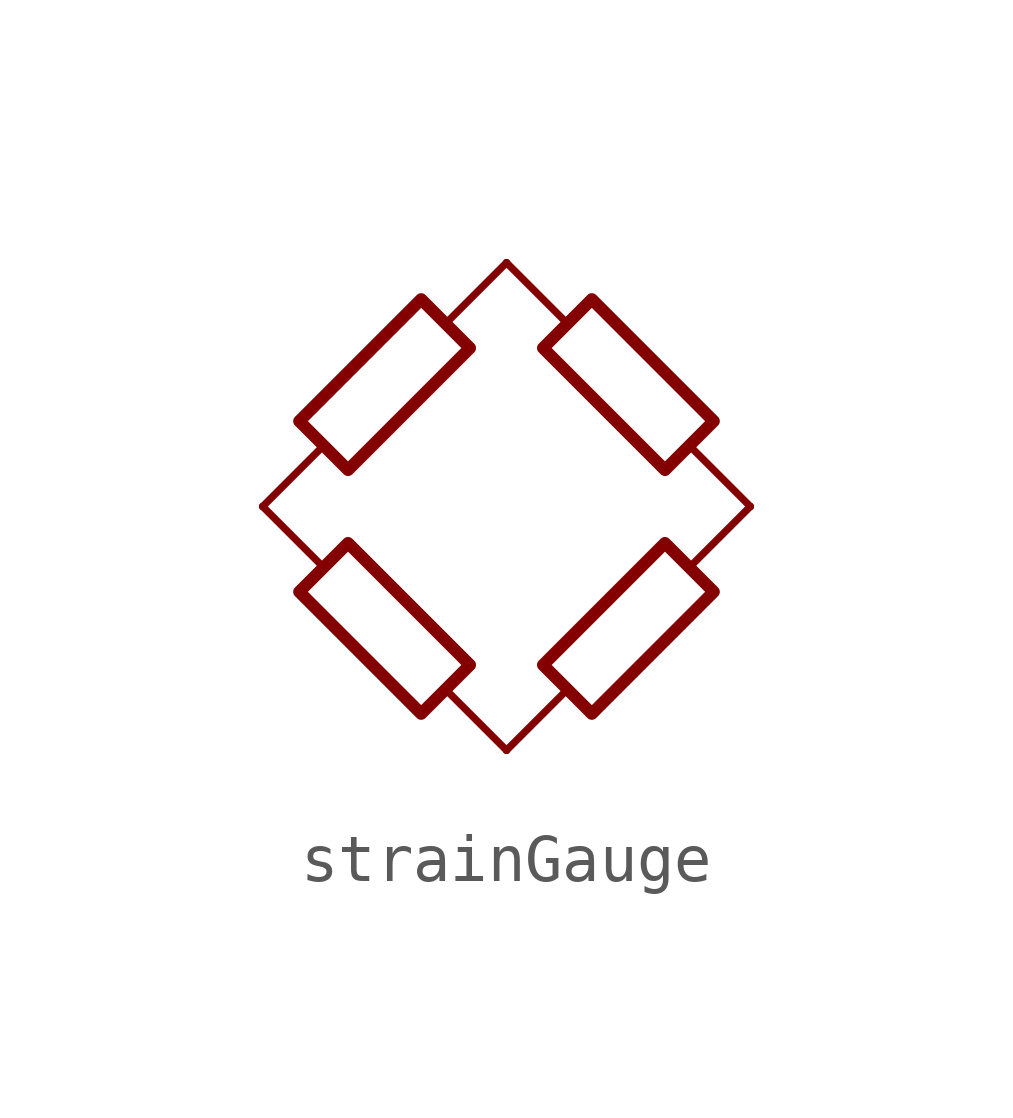
<source format=kicad_sym>
(kicad_symbol_lib
  (version 20241209)
  (generator "kicad_symbol_editor")
  (generator_version "9.0")
  (symbol "strainGauge"
    (pin_numbers
      (hide yes))
    (pin_names
      (offset 0))
    (property "Reference" "R"
      (at 4.572 6.604 0)
      (effects (font (size 1.27 1.27)) (hide yes)))
    (symbol "strainGauge_0_1"
      (polyline (pts (xy -5.08 0) (xy -3.81 1.27)) (stroke (width 0) (type default)) (fill (type none)))
      (polyline (pts (xy -5.08 0) (xy -3.81 -1.27)) (stroke (width 0) (type default)) (fill (type none)))
      (polyline (pts (xy -1.27 3.81) (xy 0 5.08)) (stroke (width 0) (type default)) (fill (type none)))
      (polyline (pts (xy -1.27 -3.81) (xy 0 -5.08)) (stroke (width 0) (type default)) (fill (type none)))
      (polyline (pts (xy 0 5.08) (xy 1.27 3.81)) (stroke (width 0) (type default)) (fill (type none)))
      (polyline (pts (xy 0 -5.08) (xy 1.27 -3.81)) (stroke (width 0) (type default)) (fill (type none)))
      (polyline (pts (xy 3.81 1.27) (xy 5.08 0)) (stroke (width 0) (type default)) (fill (type none)))
      (polyline (pts (xy 3.81 -1.27) (xy 5.08 0)) (stroke (width 0) (type default)) (fill (type none))))
    (symbol "strainGauge_1_1"
      (polyline (pts (xy -4.318 -1.778) (xy -1.778 -4.318) (xy -0.762 -3.302) (xy -3.302 -0.762) (xy -4.318 -1.778)) (stroke (width 0.254) (type default)) (fill (type none)))
      (polyline (pts (xy -3.302 0.762) (xy -0.762 3.302) (xy -1.778 4.318) (xy -4.318 1.778) (xy -3.302 0.762)) (stroke (width 0.254) (type default)) (fill (type none)))
      (polyline (pts (xy 0.762 3.302) (xy 3.302 0.762) (xy 4.318 1.778) (xy 1.778 4.318) (xy 0.762 3.302)) (stroke (width 0.254) (type default)) (fill (type none)))
      (polyline (pts (xy 1.778 -4.318) (xy 4.318 -1.778) (xy 3.302 -0.762) (xy 0.762 -3.302) (xy 1.778 -4.318)) (stroke (width 0.254) (type default)) (fill (type none)))
      (pin passive line (at -5.08 0 0) (length 0) (name "~" (effects (font (size 1.27 1.27)))) (number "1" (effects (font (size 1.27 1.27)))))
      (pin passive line (at 0 5.08 0) (length 0) (name "~" (effects (font (size 1.27 1.27)))) (number "1" (effects (font (size 1.27 1.27)))))
      (pin passive line (at 0 -5.08 0) (length 0) (name "~" (effects (font (size 1.27 1.27)))) (number "1" (effects (font (size 1.27 1.27)))))
      (pin passive line (at 5.08 0 180) (length 0) (name "~" (effects (font (size 1.27 1.27)))) (number "2" (effects (font (size 1.27 1.27))))))))
</source>
